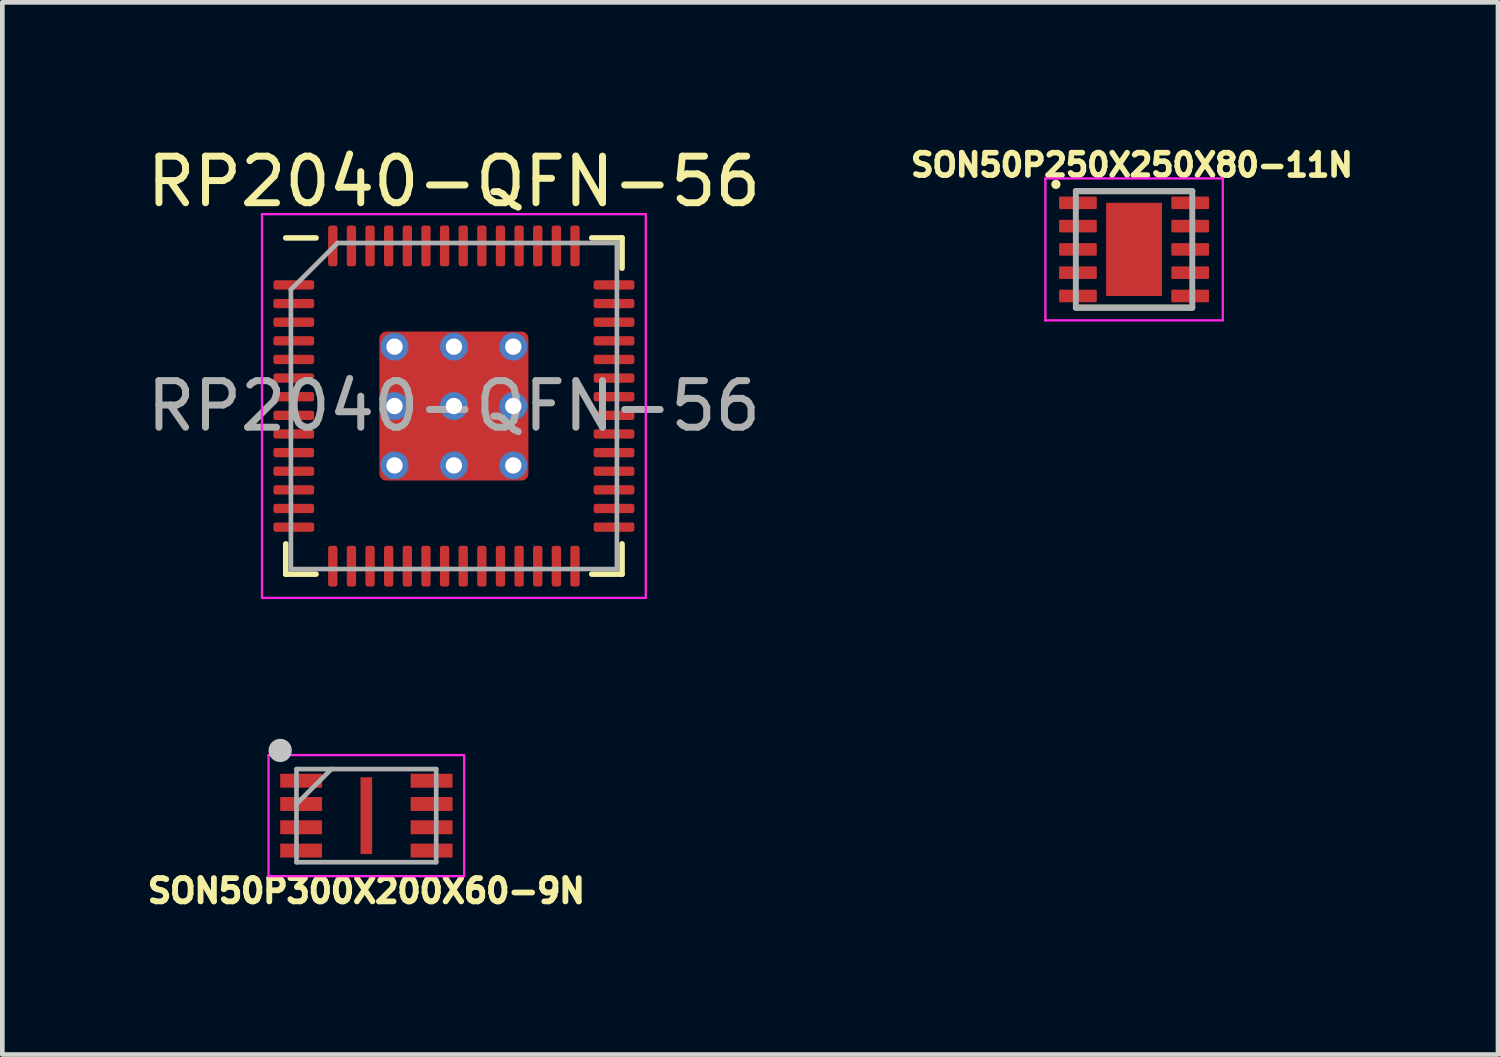
<source format=kicad_pcb>
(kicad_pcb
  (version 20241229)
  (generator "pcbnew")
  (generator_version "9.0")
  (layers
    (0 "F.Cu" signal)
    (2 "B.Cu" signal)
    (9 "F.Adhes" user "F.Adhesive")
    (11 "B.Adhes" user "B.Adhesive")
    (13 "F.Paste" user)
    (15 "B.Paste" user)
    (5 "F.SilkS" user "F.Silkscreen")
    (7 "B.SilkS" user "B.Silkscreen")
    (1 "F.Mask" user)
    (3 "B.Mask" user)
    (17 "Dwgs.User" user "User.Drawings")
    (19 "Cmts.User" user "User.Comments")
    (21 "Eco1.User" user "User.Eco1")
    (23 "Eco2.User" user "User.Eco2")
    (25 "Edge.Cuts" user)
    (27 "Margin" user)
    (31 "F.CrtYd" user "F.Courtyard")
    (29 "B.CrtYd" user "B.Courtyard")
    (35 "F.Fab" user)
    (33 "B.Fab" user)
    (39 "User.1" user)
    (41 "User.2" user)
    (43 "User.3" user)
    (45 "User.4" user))
  (footprint "SON50P300X200X60-9N"
    (layer "F.Cu")
    (at 4.816 14.463)
    (property "Reference" "SON50P300X200X60-9N" (at 0 1.616 0) (layer "F.SilkS") (effects (font (size 0.5 0.5) (thickness 0.125))))
    (attr smd)
    (fp_circle (center -1.85 -1.4) (end -1.725 -1.4) (stroke (width 0.25) (type solid)) (fill no) (layer "Dwgs.User"))
    (fp_line (start -2.1 -1.3) (end 2.1 -1.3) (stroke (width 0.05) (type solid)) (layer "F.CrtYd"))
    (fp_line (start -2.1 1.3) (end -2.1 -1.3) (stroke (width 0.05) (type solid)) (layer "F.CrtYd"))
    (fp_line (start 2.1 -1.3) (end 2.1 1.3) (stroke (width 0.05) (type solid)) (layer "F.CrtYd"))
    (fp_line (start 2.1 1.3) (end -2.1 1.3) (stroke (width 0.05) (type solid)) (layer "F.CrtYd"))
    (fp_line (start -1.5 -1) (end -0.75 -1) (stroke (width 0.1) (type solid)) (layer "F.Fab"))
    (fp_line (start -1.5 -0.25) (end -1.5 -1) (stroke (width 0.1) (type solid)) (layer "F.Fab"))
    (fp_line (start -1.5 -0.25) (end -0.75 -1) (stroke (width 0.1) (type solid)) (layer "F.Fab"))
    (fp_line (start -1.5 1) (end -1.5 -0.25) (stroke (width 0.1) (type solid)) (layer "F.Fab"))
    (fp_line (start -0.75 -1) (end 1.5 -1) (stroke (width 0.1) (type solid)) (layer "F.Fab"))
    (fp_line (start 1.5 -1) (end 1.5 1) (stroke (width 0.1) (type solid)) (layer "F.Fab"))
    (fp_line (start 1.5 1) (end -1.5 1) (stroke (width 0.1) (type solid)) (layer "F.Fab"))
    (pad "1" smd rect (at -1.4 -0.75) (size 0.9 0.3) (layers "F.Cu" "F.Mask" "F.Paste"))
    (pad "2" smd rect (at -1.4 -0.25) (size 0.9 0.3) (layers "F.Cu" "F.Mask" "F.Paste"))
    (pad "3" smd rect (at -1.4 0.25) (size 0.9 0.3) (layers "F.Cu" "F.Mask" "F.Paste"))
    (pad "4" smd rect (at -1.4 0.75) (size 0.9 0.3) (layers "F.Cu" "F.Mask" "F.Paste"))
    (pad "5" smd rect (at 1.4 0.75) (size 0.9 0.3) (layers "F.Cu" "F.Mask" "F.Paste"))
    (pad "6" smd rect (at 1.4 0.25) (size 0.9 0.3) (layers "F.Cu" "F.Mask" "F.Paste"))
    (pad "7" smd rect (at 1.4 -0.25) (size 0.9 0.3) (layers "F.Cu" "F.Mask" "F.Paste"))
    (pad "8" smd rect (at 1.4 -0.75) (size 0.9 0.3) (layers "F.Cu" "F.Mask" "F.Paste"))
    (pad "9" smd rect (at 0 0 90) (size 1.65 0.25) (layers "F.Cu" "F.Mask" "F.Paste")))
  (footprint "SON50P250X250X80-11N"
    (layer "F.Cu")
    (at 21.3 2.305)
    (property "Reference" "SON50P250X250X80-11N" (at -0.046 -1.813 0) (layer "F.SilkS") (effects (font (size 0.481 0.481) (thickness 0.15))))
    (attr smd)
    (fp_line (start 1.25 -1.25) (end -1.25 -1.25) (stroke (width 0.127) (type solid)) (layer "F.SilkS"))
    (fp_line (start 1.25 1.25) (end -1.25 1.25) (stroke (width 0.127) (type solid)) (layer "F.SilkS"))
    (fp_circle (center -1.678 -1.397) (end -1.628 -1.397) (stroke (width 0.1) (type solid)) (fill no) (layer "F.SilkS"))
    (fp_poly (pts (xy -0.381 -0.63) (xy 0.38 -0.63) (xy 0.38 0.631) (xy -0.381 0.631)) (stroke (width 0.01) (type solid)) (fill yes) (layer "F.Paste"))
    (fp_line (start -1.905 -1.524) (end 1.905 -1.524) (stroke (width 0.05) (type solid)) (layer "F.CrtYd"))
    (fp_line (start -1.905 1.524) (end -1.905 -1.524) (stroke (width 0.05) (type solid)) (layer "F.CrtYd"))
    (fp_line (start 1.905 -1.524) (end 1.905 1.524) (stroke (width 0.05) (type solid)) (layer "F.CrtYd"))
    (fp_line (start 1.905 1.524) (end -1.905 1.524) (stroke (width 0.05) (type solid)) (layer "F.CrtYd"))
    (fp_line (start -1.25 -1.25) (end 1.25 -1.25) (stroke (width 0.127) (type solid)) (layer "F.Fab"))
    (fp_line (start -1.25 1.25) (end -1.25 -1.25) (stroke (width 0.127) (type solid)) (layer "F.Fab"))
    (fp_line (start 1.25 -1.25) (end 1.25 1.25) (stroke (width 0.127) (type solid)) (layer "F.Fab"))
    (fp_line (start 1.25 1.25) (end -1.25 1.25) (stroke (width 0.127) (type solid)) (layer "F.Fab"))
    (pad "1" smd roundrect (at -1.205 -1) (size 0.81 0.27) (layers "F.Cu" "F.Mask" "F.Paste") (roundrect_rratio 0.09))
    (pad "2" smd roundrect (at -1.205 -0.5) (size 0.81 0.27) (layers "F.Cu" "F.Mask" "F.Paste") (roundrect_rratio 0.09))
    (pad "3" smd roundrect (at -1.205 0) (size 0.81 0.27) (layers "F.Cu" "F.Mask" "F.Paste") (roundrect_rratio 0.09))
    (pad "4" smd roundrect (at -1.205 0.5) (size 0.81 0.27) (layers "F.Cu" "F.Mask" "F.Paste") (roundrect_rratio 0.09))
    (pad "5" smd roundrect (at -1.205 1) (size 0.81 0.27) (layers "F.Cu" "F.Mask" "F.Paste") (roundrect_rratio 0.09))
    (pad "6" smd roundrect (at 1.205 1) (size 0.81 0.27) (layers "F.Cu" "F.Mask" "F.Paste") (roundrect_rratio 0.09))
    (pad "7" smd roundrect (at 1.205 0.5) (size 0.81 0.27) (layers "F.Cu" "F.Mask" "F.Paste") (roundrect_rratio 0.09))
    (pad "8" smd roundrect (at 1.205 0) (size 0.81 0.27) (layers "F.Cu" "F.Mask" "F.Paste") (roundrect_rratio 0.09))
    (pad "9" smd roundrect (at 1.205 -0.5) (size 0.81 0.27) (layers "F.Cu" "F.Mask" "F.Paste") (roundrect_rratio 0.09))
    (pad "10" smd roundrect (at 1.205 -1) (size 0.81 0.27) (layers "F.Cu" "F.Mask" "F.Paste") (roundrect_rratio 0.09))
    (pad "11" smd rect (at 0 0) (size 1.2 2) (layers "F.Cu" "F.Mask")))
  (footprint "RP2040-QFN-56"
    (layer "F.Cu")
    (at 6.696 5.668)
    (property "Reference" "RP2040-QFN-56" (at 0 -4.82 0) (layer "F.SilkS") (effects (font (size 1 1) (thickness 0.15))))
    (attr smd)
    (fp_line (start -3.61 3.61) (end -3.61 2.96) (stroke (width 0.12) (type solid)) (layer "F.SilkS"))
    (fp_line (start -2.96 -3.61) (end -3.61 -3.61) (stroke (width 0.12) (type solid)) (layer "F.SilkS"))
    (fp_line (start -2.96 3.61) (end -3.61 3.61) (stroke (width 0.12) (type solid)) (layer "F.SilkS"))
    (fp_line (start 2.96 -3.61) (end 3.61 -3.61) (stroke (width 0.12) (type solid)) (layer "F.SilkS"))
    (fp_line (start 2.96 3.61) (end 3.61 3.61) (stroke (width 0.12) (type solid)) (layer "F.SilkS"))
    (fp_line (start 3.61 -3.61) (end 3.61 -2.96) (stroke (width 0.12) (type solid)) (layer "F.SilkS"))
    (fp_line (start 3.61 3.61) (end 3.61 2.96) (stroke (width 0.12) (type solid)) (layer "F.SilkS"))
    (fp_line (start -4.12 -4.12) (end -4.12 4.12) (stroke (width 0.05) (type solid)) (layer "F.CrtYd"))
    (fp_line (start -4.12 4.12) (end 4.12 4.12) (stroke (width 0.05) (type solid)) (layer "F.CrtYd"))
    (fp_line (start 4.12 -4.12) (end -4.12 -4.12) (stroke (width 0.05) (type solid)) (layer "F.CrtYd"))
    (fp_line (start 4.12 4.12) (end 4.12 -4.12) (stroke (width 0.05) (type solid)) (layer "F.CrtYd"))
    (fp_line (start -3.5 -2.5) (end -2.5 -3.5) (stroke (width 0.1) (type solid)) (layer "F.Fab"))
    (fp_line (start -3.5 3.5) (end -3.5 -2.5) (stroke (width 0.1) (type solid)) (layer "F.Fab"))
    (fp_line (start -2.5 -3.5) (end 3.5 -3.5) (stroke (width 0.1) (type solid)) (layer "F.Fab"))
    (fp_line (start 3.5 -3.5) (end 3.5 3.5) (stroke (width 0.1) (type solid)) (layer "F.Fab"))
    (fp_line (start 3.5 3.5) (end -3.5 3.5) (stroke (width 0.1) (type solid)) (layer "F.Fab"))
    (fp_text user "${REFERENCE}" (at 0 0 0) (layer "F.Fab") (effects (font (size 1 1) (thickness 0.15))))
    (pad "" smd roundrect (at -0.637 -0.637) (size 1.084 1.084) (layers "F.Paste") (roundrect_rratio 0.231))
    (pad "" smd roundrect (at -0.637 0.637) (size 1.084 1.084) (layers "F.Paste") (roundrect_rratio 0.231))
    (pad "" smd roundrect (at 0.637 -0.637) (size 1.084 1.084) (layers "F.Paste") (roundrect_rratio 0.231))
    (pad "" smd roundrect (at 0.637 0.637) (size 1.084 1.084) (layers "F.Paste") (roundrect_rratio 0.231))
    (pad "1" smd roundrect (at -3.438 -2.6) (size 0.875 0.2) (layers "F.Cu" "F.Mask" "F.Paste") (roundrect_rratio 0.25))
    (pad "2" smd roundrect (at -3.438 -2.2) (size 0.875 0.2) (layers "F.Cu" "F.Mask" "F.Paste") (roundrect_rratio 0.25))
    (pad "3" smd roundrect (at -3.438 -1.8) (size 0.875 0.2) (layers "F.Cu" "F.Mask" "F.Paste") (roundrect_rratio 0.25))
    (pad "4" smd roundrect (at -3.438 -1.4) (size 0.875 0.2) (layers "F.Cu" "F.Mask" "F.Paste") (roundrect_rratio 0.25))
    (pad "5" smd roundrect (at -3.438 -1) (size 0.875 0.2) (layers "F.Cu" "F.Mask" "F.Paste") (roundrect_rratio 0.25))
    (pad "6" smd roundrect (at -3.438 -0.6) (size 0.875 0.2) (layers "F.Cu" "F.Mask" "F.Paste") (roundrect_rratio 0.25))
    (pad "7" smd roundrect (at -3.438 -0.2) (size 0.875 0.2) (layers "F.Cu" "F.Mask" "F.Paste") (roundrect_rratio 0.25))
    (pad "8" smd roundrect (at -3.438 0.2) (size 0.875 0.2) (layers "F.Cu" "F.Mask" "F.Paste") (roundrect_rratio 0.25))
    (pad "9" smd roundrect (at -3.438 0.6) (size 0.875 0.2) (layers "F.Cu" "F.Mask" "F.Paste") (roundrect_rratio 0.25))
    (pad "10" smd roundrect (at -3.438 1) (size 0.875 0.2) (layers "F.Cu" "F.Mask" "F.Paste") (roundrect_rratio 0.25))
    (pad "11" smd roundrect (at -3.438 1.4) (size 0.875 0.2) (layers "F.Cu" "F.Mask" "F.Paste") (roundrect_rratio 0.25))
    (pad "12" smd roundrect (at -3.438 1.8) (size 0.875 0.2) (layers "F.Cu" "F.Mask" "F.Paste") (roundrect_rratio 0.25))
    (pad "13" smd roundrect (at -3.438 2.2) (size 0.875 0.2) (layers "F.Cu" "F.Mask" "F.Paste") (roundrect_rratio 0.25))
    (pad "14" smd roundrect (at -3.438 2.6) (size 0.875 0.2) (layers "F.Cu" "F.Mask" "F.Paste") (roundrect_rratio 0.25))
    (pad "15" smd roundrect (at -2.6 3.438) (size 0.2 0.875) (layers "F.Cu" "F.Mask" "F.Paste") (roundrect_rratio 0.25))
    (pad "16" smd roundrect (at -2.2 3.438) (size 0.2 0.875) (layers "F.Cu" "F.Mask" "F.Paste") (roundrect_rratio 0.25))
    (pad "17" smd roundrect (at -1.8 3.438) (size 0.2 0.875) (layers "F.Cu" "F.Mask" "F.Paste") (roundrect_rratio 0.25))
    (pad "18" smd roundrect (at -1.4 3.438) (size 0.2 0.875) (layers "F.Cu" "F.Mask" "F.Paste") (roundrect_rratio 0.25))
    (pad "19" smd roundrect (at -1 3.438) (size 0.2 0.875) (layers "F.Cu" "F.Mask" "F.Paste") (roundrect_rratio 0.25))
    (pad "20" smd roundrect (at -0.6 3.438) (size 0.2 0.875) (layers "F.Cu" "F.Mask" "F.Paste") (roundrect_rratio 0.25))
    (pad "21" smd roundrect (at -0.2 3.438) (size 0.2 0.875) (layers "F.Cu" "F.Mask" "F.Paste") (roundrect_rratio 0.25))
    (pad "22" smd roundrect (at 0.2 3.438) (size 0.2 0.875) (layers "F.Cu" "F.Mask" "F.Paste") (roundrect_rratio 0.25))
    (pad "23" smd roundrect (at 0.6 3.438) (size 0.2 0.875) (layers "F.Cu" "F.Mask" "F.Paste") (roundrect_rratio 0.25))
    (pad "24" smd roundrect (at 1 3.438) (size 0.2 0.875) (layers "F.Cu" "F.Mask" "F.Paste") (roundrect_rratio 0.25))
    (pad "25" smd roundrect (at 1.4 3.438) (size 0.2 0.875) (layers "F.Cu" "F.Mask" "F.Paste") (roundrect_rratio 0.25))
    (pad "26" smd roundrect (at 1.8 3.438) (size 0.2 0.875) (layers "F.Cu" "F.Mask" "F.Paste") (roundrect_rratio 0.25))
    (pad "27" smd roundrect (at 2.2 3.438) (size 0.2 0.875) (layers "F.Cu" "F.Mask" "F.Paste") (roundrect_rratio 0.25))
    (pad "28" smd roundrect (at 2.6 3.438) (size 0.2 0.875) (layers "F.Cu" "F.Mask" "F.Paste") (roundrect_rratio 0.25))
    (pad "29" smd roundrect (at 3.438 2.6) (size 0.875 0.2) (layers "F.Cu" "F.Mask" "F.Paste") (roundrect_rratio 0.25))
    (pad "30" smd roundrect (at 3.438 2.2) (size 0.875 0.2) (layers "F.Cu" "F.Mask" "F.Paste") (roundrect_rratio 0.25))
    (pad "31" smd roundrect (at 3.438 1.8) (size 0.875 0.2) (layers "F.Cu" "F.Mask" "F.Paste") (roundrect_rratio 0.25))
    (pad "32" smd roundrect (at 3.438 1.4) (size 0.875 0.2) (layers "F.Cu" "F.Mask" "F.Paste") (roundrect_rratio 0.25))
    (pad "33" smd roundrect (at 3.438 1) (size 0.875 0.2) (layers "F.Cu" "F.Mask" "F.Paste") (roundrect_rratio 0.25))
    (pad "34" smd roundrect (at 3.438 0.6) (size 0.875 0.2) (layers "F.Cu" "F.Mask" "F.Paste") (roundrect_rratio 0.25))
    (pad "35" smd roundrect (at 3.438 0.2) (size 0.875 0.2) (layers "F.Cu" "F.Mask" "F.Paste") (roundrect_rratio 0.25))
    (pad "36" smd roundrect (at 3.438 -0.2) (size 0.875 0.2) (layers "F.Cu" "F.Mask" "F.Paste") (roundrect_rratio 0.25))
    (pad "37" smd roundrect (at 3.438 -0.6) (size 0.875 0.2) (layers "F.Cu" "F.Mask" "F.Paste") (roundrect_rratio 0.25))
    (pad "38" smd roundrect (at 3.438 -1) (size 0.875 0.2) (layers "F.Cu" "F.Mask" "F.Paste") (roundrect_rratio 0.25))
    (pad "39" smd roundrect (at 3.438 -1.4) (size 0.875 0.2) (layers "F.Cu" "F.Mask" "F.Paste") (roundrect_rratio 0.25))
    (pad "40" smd roundrect (at 3.438 -1.8) (size 0.875 0.2) (layers "F.Cu" "F.Mask" "F.Paste") (roundrect_rratio 0.25))
    (pad "41" smd roundrect (at 3.438 -2.2) (size 0.875 0.2) (layers "F.Cu" "F.Mask" "F.Paste") (roundrect_rratio 0.25))
    (pad "42" smd roundrect (at 3.438 -2.6) (size 0.875 0.2) (layers "F.Cu" "F.Mask" "F.Paste") (roundrect_rratio 0.25))
    (pad "43" smd roundrect (at 2.6 -3.438) (size 0.2 0.875) (layers "F.Cu" "F.Mask" "F.Paste") (roundrect_rratio 0.25))
    (pad "44" smd roundrect (at 2.2 -3.438) (size 0.2 0.875) (layers "F.Cu" "F.Mask" "F.Paste") (roundrect_rratio 0.25))
    (pad "45" smd roundrect (at 1.8 -3.438) (size 0.2 0.875) (layers "F.Cu" "F.Mask" "F.Paste") (roundrect_rratio 0.25))
    (pad "46" smd roundrect (at 1.4 -3.438) (size 0.2 0.875) (layers "F.Cu" "F.Mask" "F.Paste") (roundrect_rratio 0.25))
    (pad "47" smd roundrect (at 1 -3.438) (size 0.2 0.875) (layers "F.Cu" "F.Mask" "F.Paste") (roundrect_rratio 0.25))
    (pad "48" smd roundrect (at 0.6 -3.438) (size 0.2 0.875) (layers "F.Cu" "F.Mask" "F.Paste") (roundrect_rratio 0.25))
    (pad "49" smd roundrect (at 0.2 -3.438) (size 0.2 0.875) (layers "F.Cu" "F.Mask" "F.Paste") (roundrect_rratio 0.25))
    (pad "50" smd roundrect (at -0.2 -3.438) (size 0.2 0.875) (layers "F.Cu" "F.Mask" "F.Paste") (roundrect_rratio 0.25))
    (pad "51" smd roundrect (at -0.6 -3.438) (size 0.2 0.875) (layers "F.Cu" "F.Mask" "F.Paste") (roundrect_rratio 0.25))
    (pad "52" smd roundrect (at -1 -3.438) (size 0.2 0.875) (layers "F.Cu" "F.Mask" "F.Paste") (roundrect_rratio 0.25))
    (pad "53" smd roundrect (at -1.4 -3.438) (size 0.2 0.875) (layers "F.Cu" "F.Mask" "F.Paste") (roundrect_rratio 0.25))
    (pad "54" smd roundrect (at -1.8 -3.438) (size 0.2 0.875) (layers "F.Cu" "F.Mask" "F.Paste") (roundrect_rratio 0.25))
    (pad "55" smd roundrect (at -2.2 -3.438) (size 0.2 0.875) (layers "F.Cu" "F.Mask" "F.Paste") (roundrect_rratio 0.25))
    (pad "56" smd roundrect (at -2.6 -3.438) (size 0.2 0.875) (layers "F.Cu" "F.Mask" "F.Paste") (roundrect_rratio 0.25))
    (pad "57" thru_hole circle (at -1.275 -1.275) (size 0.6 0.6) (drill 0.35) (layers "*.Cu"))
    (pad "57" thru_hole circle (at -1.275 0) (size 0.6 0.6) (drill 0.35) (layers "*.Cu"))
    (pad "57" thru_hole circle (at -1.275 1.275) (size 0.6 0.6) (drill 0.35) (layers "*.Cu"))
    (pad "57" thru_hole circle (at 0 -1.275) (size 0.6 0.6) (drill 0.35) (layers "*.Cu"))
    (pad "57" thru_hole circle (at 0 0) (size 0.6 0.6) (drill 0.35) (layers "*.Cu"))
    (pad "57" smd roundrect (at 0 0) (size 3.2 3.2) (layers "F.Cu" "F.Mask") (roundrect_rratio 0.045))
    (pad "57" thru_hole circle (at 0 1.275) (size 0.6 0.6) (drill 0.35) (layers "*.Cu"))
    (pad "57" thru_hole circle (at 1.275 -1.275) (size 0.6 0.6) (drill 0.35) (layers "*.Cu"))
    (pad "57" thru_hole circle (at 1.275 0) (size 0.6 0.6) (drill 0.35) (layers "*.Cu"))
    (pad "57" thru_hole circle (at 1.275 1.275) (size 0.6 0.6) (drill 0.35) (layers "*.Cu")))
  (gr_rect
    (start -3 -3)
    (end 29.114 19.592)
    (stroke (width 0.1) (type default))
    (fill no)
    (layer "Edge.Cuts")))
</source>
